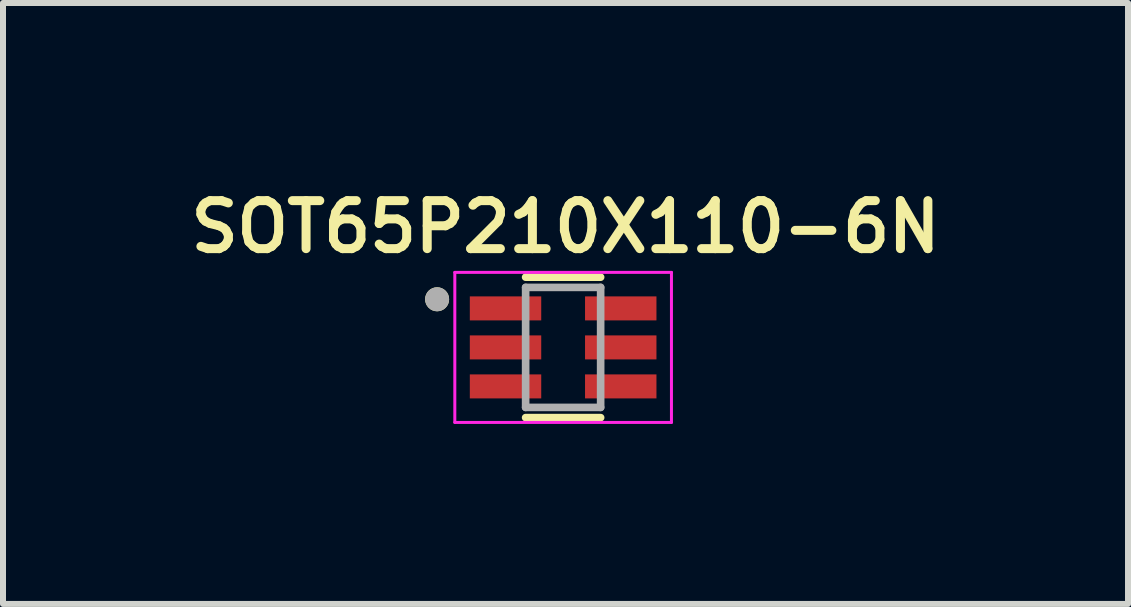
<source format=kicad_pcb>
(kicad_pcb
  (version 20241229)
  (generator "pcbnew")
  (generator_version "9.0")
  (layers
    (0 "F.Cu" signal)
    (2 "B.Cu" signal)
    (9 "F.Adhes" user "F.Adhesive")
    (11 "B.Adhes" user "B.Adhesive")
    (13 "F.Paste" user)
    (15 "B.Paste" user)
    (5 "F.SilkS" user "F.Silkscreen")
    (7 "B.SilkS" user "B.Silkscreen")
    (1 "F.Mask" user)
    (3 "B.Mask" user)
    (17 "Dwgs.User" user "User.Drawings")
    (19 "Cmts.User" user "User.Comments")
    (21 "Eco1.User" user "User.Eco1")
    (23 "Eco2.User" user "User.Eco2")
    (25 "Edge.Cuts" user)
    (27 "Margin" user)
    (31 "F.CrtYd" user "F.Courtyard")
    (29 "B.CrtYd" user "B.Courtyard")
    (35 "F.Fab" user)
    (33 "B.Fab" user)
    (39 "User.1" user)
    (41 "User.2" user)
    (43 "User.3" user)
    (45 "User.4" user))
  (footprint "SOT65P210X110-6N"
    (layer "F.Cu")
    (at 6.334 2.739)
    (property "Reference" "SOT65P210X110-6N" (at 0.04 -2.008 0) (layer "F.SilkS") (effects (font (size 0.8 0.8) (thickness 0.15))))
    (attr through_hole)
    (fp_line (start -0.625 -1.17) (end 0.625 -1.17) (stroke (width 0.127) (type solid)) (layer "F.SilkS"))
    (fp_line (start -0.625 1.17) (end 0.625 1.17) (stroke (width 0.127) (type solid)) (layer "F.SilkS"))
    (fp_circle (center -2.1 -0.802) (end -2 -0.802) (stroke (width 0.2) (type solid)) (fill no) (layer "F.SilkS"))
    (fp_line (start -1.805 -1.25) (end -1.805 1.25) (stroke (width 0.05) (type solid)) (layer "F.CrtYd"))
    (fp_line (start -1.805 1.25) (end 1.805 1.25) (stroke (width 0.05) (type solid)) (layer "F.CrtYd"))
    (fp_line (start 1.805 -1.25) (end -1.805 -1.25) (stroke (width 0.05) (type solid)) (layer "F.CrtYd"))
    (fp_line (start 1.805 1.25) (end 1.805 -1.25) (stroke (width 0.05) (type solid)) (layer "F.CrtYd"))
    (fp_line (start -0.625 -1) (end -0.625 1) (stroke (width 0.127) (type solid)) (layer "F.Fab"))
    (fp_line (start -0.625 1) (end 0.625 1) (stroke (width 0.127) (type solid)) (layer "F.Fab"))
    (fp_line (start 0.625 -1) (end -0.625 -1) (stroke (width 0.127) (type solid)) (layer "F.Fab"))
    (fp_line (start 0.625 1) (end 0.625 -1) (stroke (width 0.127) (type solid)) (layer "F.Fab"))
    (fp_circle (center -2.1 -0.802) (end -2 -0.802) (stroke (width 0.2) (type solid)) (fill no) (layer "F.Fab"))
    (pad "1" smd rect (at -0.96 -0.65) (size 1.19 0.4) (layers "F.Cu" "F.Mask" "F.Paste"))
    (pad "2" smd rect (at -0.96 0) (size 1.19 0.4) (layers "F.Cu" "F.Mask" "F.Paste"))
    (pad "3" smd rect (at -0.96 0.65) (size 1.19 0.4) (layers "F.Cu" "F.Mask" "F.Paste"))
    (pad "4" smd rect (at 0.96 0.65) (size 1.19 0.4) (layers "F.Cu" "F.Mask" "F.Paste"))
    (pad "5" smd rect (at 0.96 0) (size 1.19 0.4) (layers "F.Cu" "F.Mask" "F.Paste"))
    (pad "6" smd rect (at 0.96 -0.65) (size 1.19 0.4) (layers "F.Cu" "F.Mask" "F.Paste")))
  (gr_rect
    (start -3 -3)
    (end 15.747 7.014)
    (stroke (width 0.1) (type default))
    (fill no)
    (layer "Edge.Cuts")))
</source>
